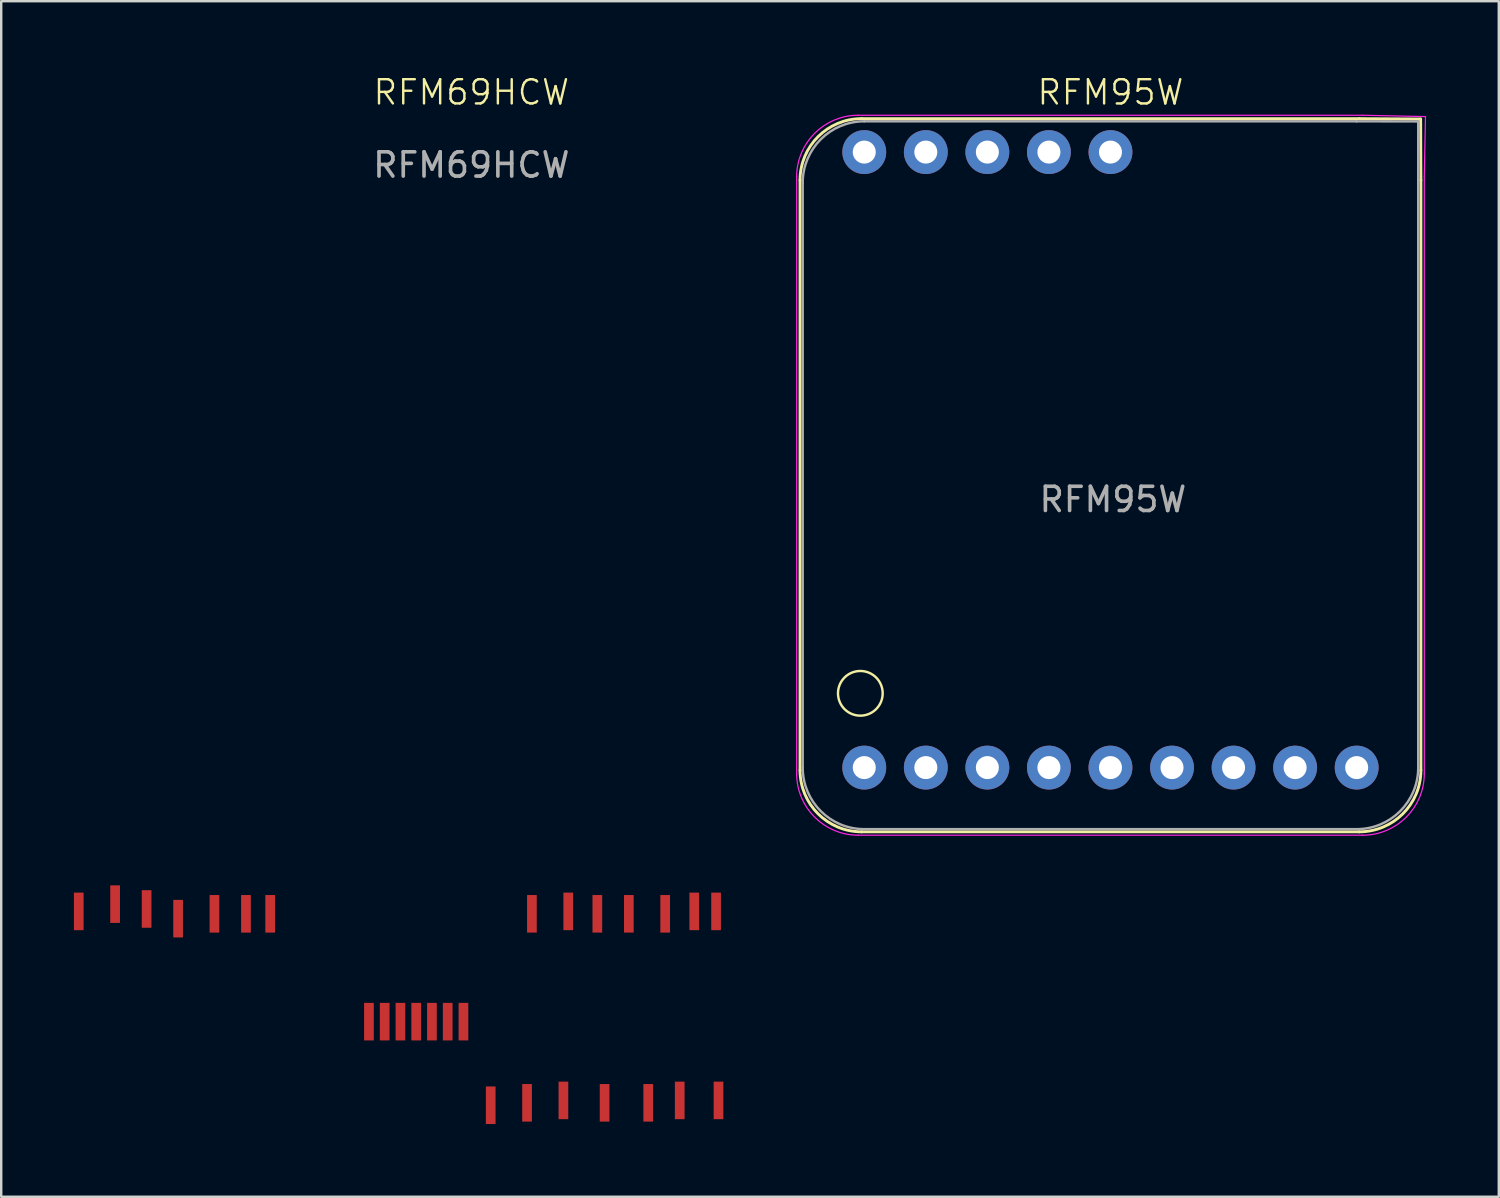
<source format=kicad_pcb>
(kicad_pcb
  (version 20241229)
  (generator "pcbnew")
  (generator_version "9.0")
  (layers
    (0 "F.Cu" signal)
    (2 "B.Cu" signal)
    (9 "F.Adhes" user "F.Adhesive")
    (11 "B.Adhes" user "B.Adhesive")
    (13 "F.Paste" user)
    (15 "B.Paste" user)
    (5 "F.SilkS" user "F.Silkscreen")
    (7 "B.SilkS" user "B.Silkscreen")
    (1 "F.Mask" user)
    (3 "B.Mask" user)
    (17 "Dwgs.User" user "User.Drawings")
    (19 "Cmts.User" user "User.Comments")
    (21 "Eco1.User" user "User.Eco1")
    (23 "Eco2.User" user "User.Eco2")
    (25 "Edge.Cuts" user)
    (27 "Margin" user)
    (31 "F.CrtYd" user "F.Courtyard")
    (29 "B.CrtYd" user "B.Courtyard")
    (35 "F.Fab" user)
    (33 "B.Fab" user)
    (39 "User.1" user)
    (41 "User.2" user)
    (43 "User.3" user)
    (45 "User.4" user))
  (footprint "RFM95W"
    (layer "F.Cu")
    (at 42.775 16.561)
    (property "Reference" "RFM95W" (at 0 -15.8 0) (unlocked yes) (layer "F.SilkS") (effects (font (size 1 1) (thickness 0.1))))
    (attr through_hole)
    (fp_line (start -12.81 12.175) (end -12.81 -12.175) (stroke (width 0.12) (type default)) (layer "F.SilkS"))
    (fp_line (start -10.27 -14.715) (end 10.27 -14.715) (stroke (width 0.12) (type default)) (layer "F.SilkS"))
    (fp_line (start 10.27 -14.715) (end 12.8 -14.7) (stroke (width 0.12) (type default)) (layer "F.SilkS"))
    (fp_line (start 10.27 14.715) (end -10.27 14.715) (stroke (width 0.12) (type default)) (layer "F.SilkS"))
    (fp_line (start 12.8 -14.7) (end 12.81 -12.175) (stroke (width 0.12) (type default)) (layer "F.SilkS"))
    (fp_line (start 12.81 -12.175) (end 12.81 12.175) (stroke (width 0.12) (type default)) (layer "F.SilkS"))
    (fp_arc (start -12.81 -12.175) (mid -12.066051 -13.971051) (end -10.27 -14.715) (stroke (width 0.12) (type default)) (layer "F.SilkS"))
    (fp_arc (start -10.27 14.715) (mid -12.066051 13.971051) (end -12.81 12.175) (stroke (width 0.12) (type default)) (layer "F.SilkS"))
    (fp_arc (start 12.81 12.175) (mid 12.066051 13.971051) (end 10.27 14.715) (stroke (width 0.12) (type default)) (layer "F.SilkS"))
    (fp_circle (center -10.322 9) (end -9.722 9.7) (stroke (width 0.1) (type default)) (fill no) (layer "F.SilkS"))
    (fp_line (start -12.95 12.315) (end -12.95 -12.315) (stroke (width 0.05) (type default)) (layer "F.CrtYd"))
    (fp_line (start -10.41 -14.855) (end 10.41 -14.855) (stroke (width 0.05) (type default)) (layer "F.CrtYd"))
    (fp_line (start 10.41 14.855) (end -10.41 14.855) (stroke (width 0.05) (type default)) (layer "F.CrtYd"))
    (fp_line (start 12.95 -12.315) (end 12.95 12.315) (stroke (width 0.05) (type default)) (layer "F.CrtYd"))
    (fp_line (start 12.95 -12.315) (end 13 -14.8) (stroke (width 0.05) (type default)) (layer "F.CrtYd"))
    (fp_line (start 13 -14.8) (end 10.41 -14.855) (stroke (width 0.05) (type default)) (layer "F.CrtYd"))
    (fp_arc (start -12.95 -12.315) (mid -12.206051 -14.111051) (end -10.41 -14.855) (stroke (width 0.05) (type default)) (layer "F.CrtYd"))
    (fp_arc (start -10.41 14.855) (mid -12.206051 14.111051) (end -12.95 12.315) (stroke (width 0.05) (type default)) (layer "F.CrtYd"))
    (fp_arc (start 12.95 12.315) (mid 12.206051 14.111051) (end 10.41 14.855) (stroke (width 0.05) (type default)) (layer "F.CrtYd"))
    (fp_line (start -12.7 12.065) (end -12.7 -12.065) (stroke (width 0.1) (type default)) (layer "F.Fab"))
    (fp_line (start -10.16 -14.605) (end 10.16 -14.605) (stroke (width 0.1) (type default)) (layer "F.Fab"))
    (fp_line (start 10.16 -14.605) (end 12.7 -14.6) (stroke (width 0.1) (type default)) (layer "F.Fab"))
    (fp_line (start 10.16 14.605) (end -10.16 14.605) (stroke (width 0.1) (type default)) (layer "F.Fab"))
    (fp_line (start 12.7 -14.6) (end 12.7 -12.065) (stroke (width 0.1) (type default)) (layer "F.Fab"))
    (fp_line (start 12.7 -12.065) (end 12.7 12.065) (stroke (width 0.1) (type default)) (layer "F.Fab"))
    (fp_arc (start -12.7 -12.065) (mid -11.956051 -13.861051) (end -10.16 -14.605) (stroke (width 0.1) (type default)) (layer "F.Fab"))
    (fp_arc (start -10.16 14.605) (mid -11.956051 13.861051) (end -12.7 12.065) (stroke (width 0.1) (type default)) (layer "F.Fab"))
    (fp_arc (start 12.7 12.065) (mid 11.956051 13.861051) (end 10.16 14.605) (stroke (width 0.1) (type default)) (layer "F.Fab"))
    (fp_text user "${REFERENCE}" (at 0.1 1 0) (unlocked yes) (layer "F.Fab") (effects (font (size 1 1) (thickness 0.15))))
    (pad "1" thru_hole circle (at -10.16 12.065) (size 1.81 1.81) (drill 0.95) (layers "*.Cu" "*.Mask"))
    (pad "2" thru_hole circle (at -7.62 12.065) (size 1.81 1.81) (drill 0.95) (layers "*.Cu" "*.Mask"))
    (pad "3" thru_hole circle (at -5.08 12.065) (size 1.81 1.81) (drill 0.95) (layers "*.Cu" "*.Mask"))
    (pad "4" thru_hole circle (at -2.54 12.065) (size 1.81 1.81) (drill 0.95) (layers "*.Cu" "*.Mask"))
    (pad "5" thru_hole circle (at 0 12.065) (size 1.81 1.81) (drill 0.95) (layers "*.Cu" "*.Mask"))
    (pad "6" thru_hole circle (at 2.54 12.065) (size 1.81 1.81) (drill 0.95) (layers "*.Cu" "*.Mask"))
    (pad "7" thru_hole circle (at 5.08 12.065) (size 1.81 1.81) (drill 0.95) (layers "*.Cu" "*.Mask"))
    (pad "8" thru_hole circle (at 7.62 12.065) (size 1.81 1.81) (drill 0.95) (layers "*.Cu" "*.Mask"))
    (pad "9" thru_hole circle (at 10.16 12.065) (size 1.81 1.81) (drill 0.95) (layers "*.Cu" "*.Mask"))
    (pad "10" thru_hole circle (at -10.16 -13.335) (size 1.81 1.81) (drill 0.95) (layers "*.Cu" "*.Mask"))
    (pad "11" thru_hole circle (at -7.62 -13.335) (size 1.81 1.81) (drill 0.95) (layers "*.Cu" "*.Mask"))
    (pad "12" thru_hole circle (at -5.08 -13.335) (size 1.81 1.81) (drill 0.95) (layers "*.Cu" "*.Mask"))
    (pad "13" thru_hole circle (at -2.54 -13.335) (size 1.81 1.81) (drill 0.95) (layers "*.Cu" "*.Mask"))
    (pad "14" thru_hole circle (at 0 -13.335) (size 1.81 1.81) (drill 0.95) (layers "*.Cu" "*.Mask")))
  (footprint "RFM69HCW"
    (layer "F.Cu")
    (at 16.4 37.56)
    (property "Reference" "RFM69HCW" (at 0 -36.8 0) (unlocked yes) (layer "F.SilkS") (effects (font (size 1 1) (thickness 0.1))))
    (attr smd)
    (fp_text user "${REFERENCE}" (at 0 -33.8 0) (unlocked yes) (layer "F.Fab") (effects (font (size 1 1) (thickness 0.15))))
    (pad "1" smd rect (at -4.225 1.55) (size 0.4 1.55) (layers "F.Cu" "F.Mask" "F.Paste"))
    (pad "2" smd rect (at -3.575 1.55) (size 0.4 1.55) (layers "F.Cu" "F.Mask" "F.Paste"))
    (pad "3" smd rect (at -2.925 1.55) (size 0.4 1.55) (layers "F.Cu" "F.Mask" "F.Paste"))
    (pad "4" smd rect (at -2.275 1.55) (size 0.4 1.55) (layers "F.Cu" "F.Mask" "F.Paste"))
    (pad "5" smd rect (at -1.625 1.55) (size 0.4 1.55) (layers "F.Cu" "F.Mask" "F.Paste"))
    (pad "6" smd rect (at -0.975 1.55) (size 0.4 1.55) (layers "F.Cu" "F.Mask" "F.Paste"))
    (pad "7" smd rect (at -0.325 1.55) (size 0.4 1.55) (layers "F.Cu" "F.Mask" "F.Paste"))
    (pad "8" smd rect (at 0.8 5) (size 0.4 1.55) (layers "F.Cu" "F.Mask" "F.Paste"))
    (pad "9" smd rect (at 2.3 4.9) (size 0.4 1.55) (layers "F.Cu" "F.Mask" "F.Paste"))
    (pad "10" smd rect (at 3.8 4.8) (size 0.4 1.55) (layers "F.Cu" "F.Mask" "F.Paste"))
    (pad "11" smd rect (at 5.5 4.9) (size 0.4 1.55) (layers "F.Cu" "F.Mask" "F.Paste"))
    (pad "12" smd rect (at 7.3 4.9) (size 0.4 1.55) (layers "F.Cu" "F.Mask" "F.Paste"))
    (pad "13" smd rect (at 8.6 4.8) (size 0.4 1.55) (layers "F.Cu" "F.Mask" "F.Paste"))
    (pad "14" smd rect (at 10.2 4.8) (size 0.4 1.55) (layers "F.Cu" "F.Mask" "F.Paste"))
    (pad "15" smd rect (at 10.1 -3) (size 0.4 1.55) (layers "F.Cu" "F.Mask" "F.Paste"))
    (pad "16" smd rect (at 9.2 -3) (size 0.4 1.55) (layers "F.Cu" "F.Mask" "F.Paste"))
    (pad "17" smd rect (at 8 -2.9) (size 0.4 1.55) (layers "F.Cu" "F.Mask" "F.Paste"))
    (pad "18" smd rect (at 6.5 -2.9) (size 0.4 1.55) (layers "F.Cu" "F.Mask" "F.Paste"))
    (pad "19" smd rect (at 5.2 -2.9) (size 0.4 1.55) (layers "F.Cu" "F.Mask" "F.Paste"))
    (pad "20" smd rect (at 4 -3) (size 0.4 1.55) (layers "F.Cu" "F.Mask" "F.Paste"))
    (pad "21" smd rect (at 2.5 -2.9) (size 0.4 1.55) (layers "F.Cu" "F.Mask" "F.Paste"))
    (pad "22" smd rect (at -8.3 -2.9) (size 0.4 1.55) (layers "F.Cu" "F.Mask" "F.Paste"))
    (pad "23" smd rect (at -9.3 -2.9) (size 0.4 1.55) (layers "F.Cu" "F.Mask" "F.Paste"))
    (pad "24" smd rect (at -10.6 -2.9) (size 0.4 1.55) (layers "F.Cu" "F.Mask" "F.Paste"))
    (pad "25" smd rect (at -12.1 -2.7) (size 0.4 1.55) (layers "F.Cu" "F.Mask" "F.Paste"))
    (pad "26" smd rect (at -13.4 -3.1) (size 0.4 1.55) (layers "F.Cu" "F.Mask" "F.Paste"))
    (pad "27" smd rect (at -14.7 -3.3) (size 0.4 1.55) (layers "F.Cu" "F.Mask" "F.Paste"))
    (pad "28" smd rect (at -16.2 -3) (size 0.4 1.55) (layers "F.Cu" "F.Mask" "F.Paste")))
  (gr_rect
    (start -3 -3)
    (end 58.8 46.336)
    (stroke (width 0.1) (type default))
    (fill no)
    (layer "Edge.Cuts")))
</source>
